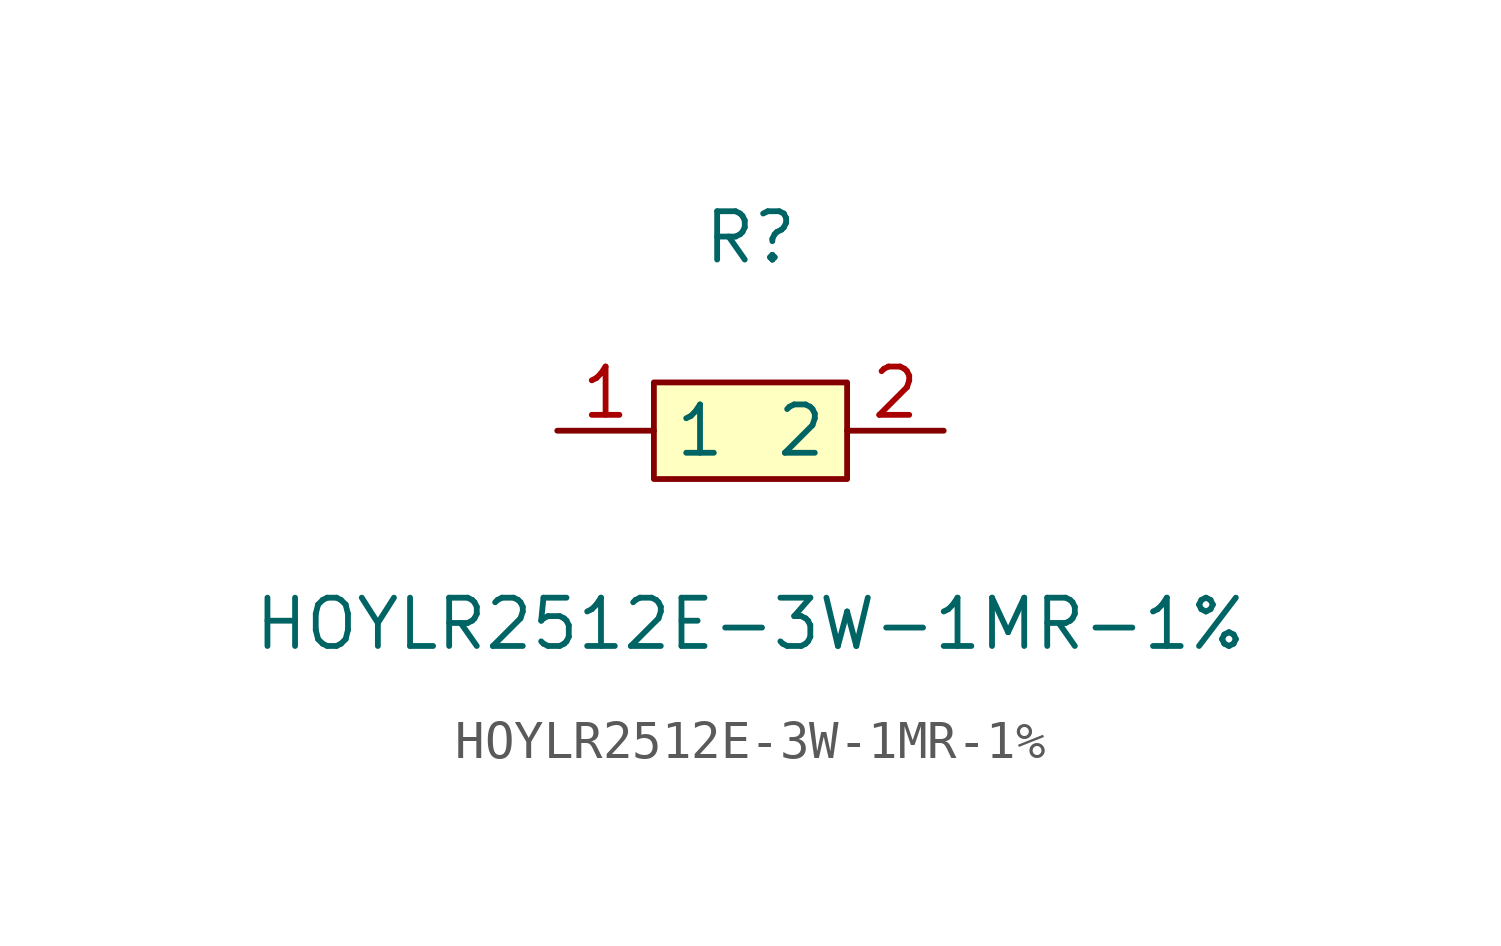
<source format=kicad_sym>
(kicad_symbol_lib
  (version 1)
  (generator "faebryk")
  (symbol "HOYLR2512E-3W-1MR-1%"
    (property "Reference" "R"
      (at 0 5.08 0)
      (effects (font (size 1.27 1.27)) (hide no)))
    (property "Value" "HOYLR2512E-3W-1MR-1%"
      (at 0 -5.08 0)
      (effects (font (size 1.27 1.27)) (hide no)))
    (symbol "HOYLR2512E-3W-1MR-1%_0_1"
      (rectangle (start -2.54 1.27) (end 2.54 -1.27) (stroke (width 0) (type default) (color 0 0 0 0)) (fill (type background)))
      (pin unspecified line (at 5.08 0 180) (length 2.54) (name "2" (effects (font (size 1.27 1.27)) (hide no))) (number "2" (effects (font (size 1.27 1.27)) (hide no))))
      (pin unspecified line (at -5.08 0 0) (length 2.54) (name "1" (effects (font (size 1.27 1.27)) (hide no))) (number "1" (effects (font (size 1.27 1.27)) (hide no)))))))
</source>
